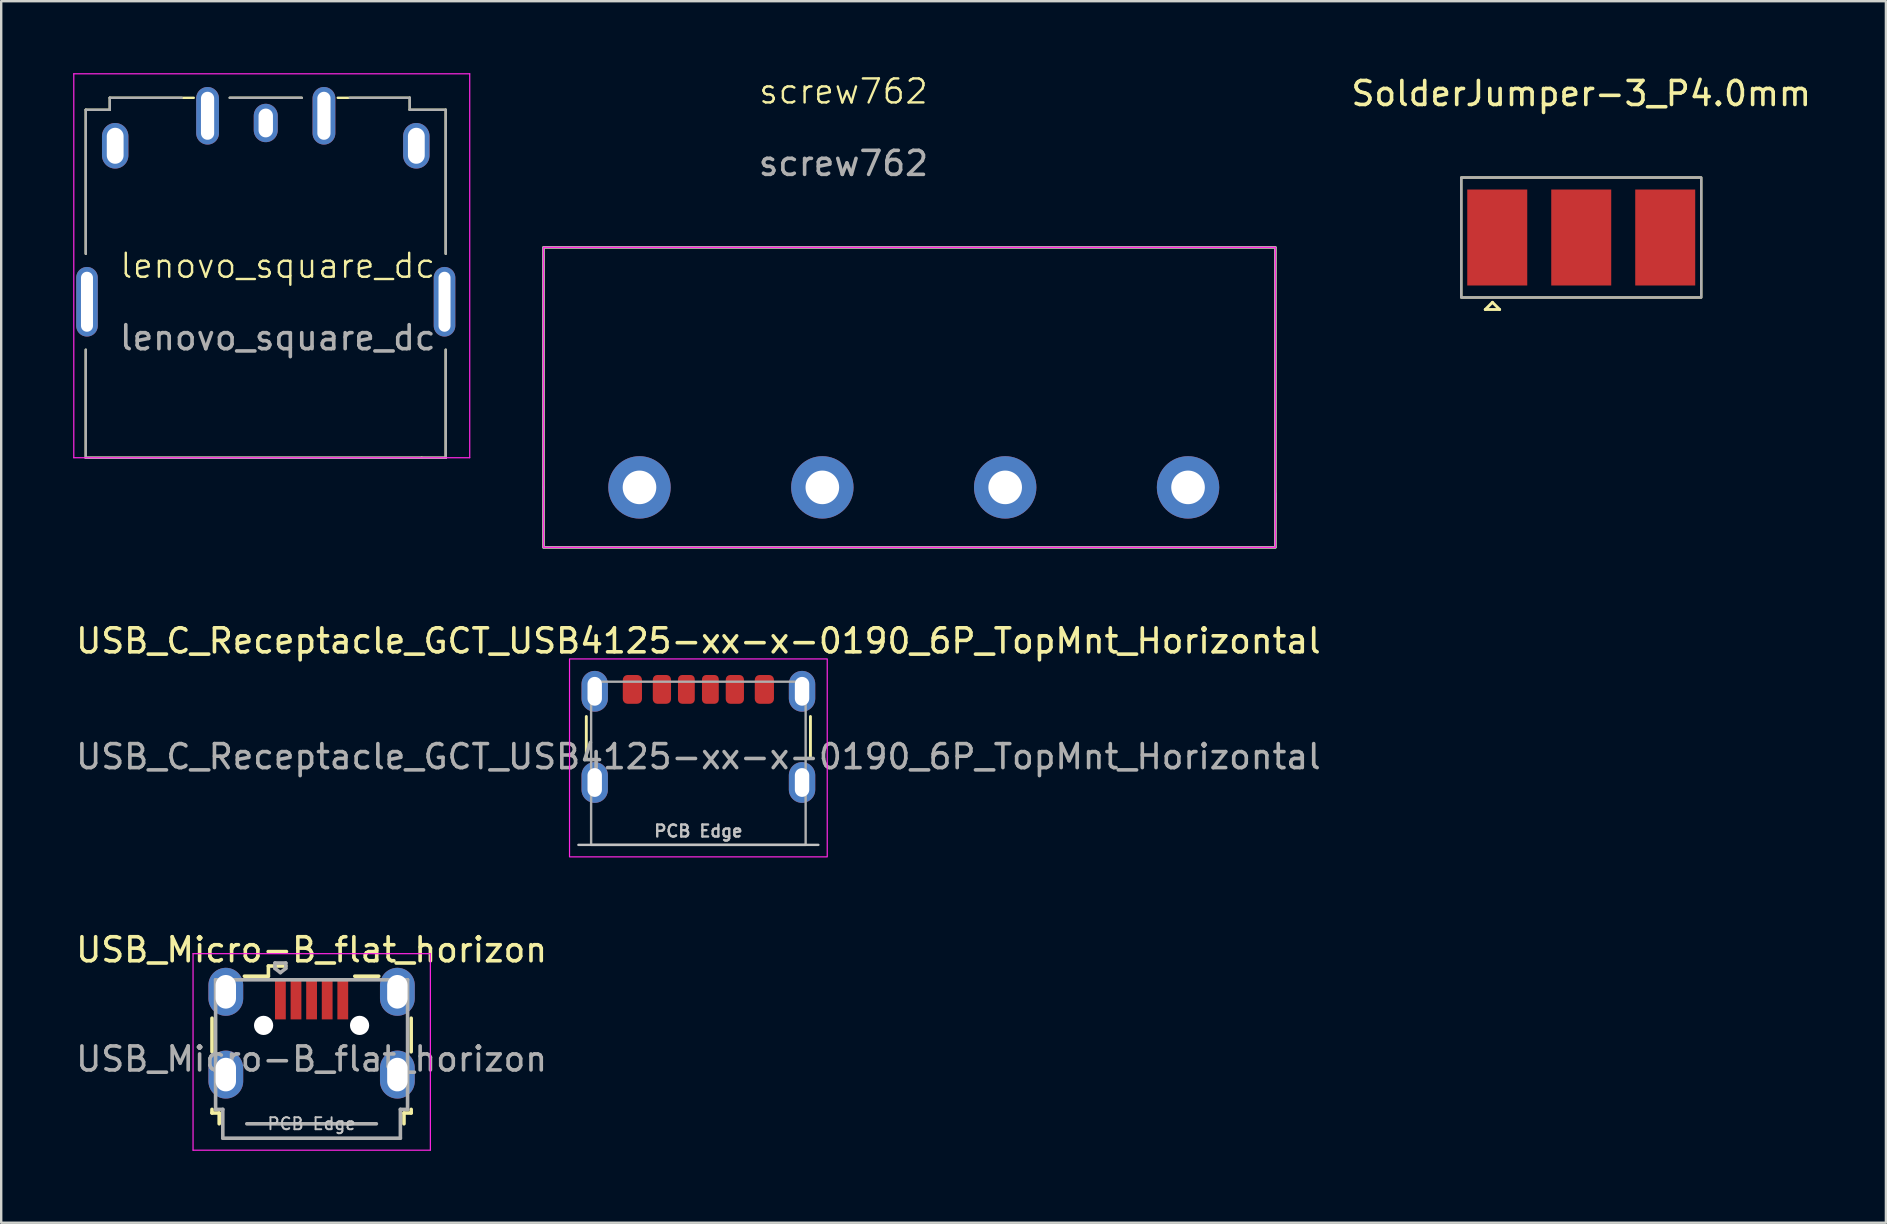
<source format=kicad_pcb>
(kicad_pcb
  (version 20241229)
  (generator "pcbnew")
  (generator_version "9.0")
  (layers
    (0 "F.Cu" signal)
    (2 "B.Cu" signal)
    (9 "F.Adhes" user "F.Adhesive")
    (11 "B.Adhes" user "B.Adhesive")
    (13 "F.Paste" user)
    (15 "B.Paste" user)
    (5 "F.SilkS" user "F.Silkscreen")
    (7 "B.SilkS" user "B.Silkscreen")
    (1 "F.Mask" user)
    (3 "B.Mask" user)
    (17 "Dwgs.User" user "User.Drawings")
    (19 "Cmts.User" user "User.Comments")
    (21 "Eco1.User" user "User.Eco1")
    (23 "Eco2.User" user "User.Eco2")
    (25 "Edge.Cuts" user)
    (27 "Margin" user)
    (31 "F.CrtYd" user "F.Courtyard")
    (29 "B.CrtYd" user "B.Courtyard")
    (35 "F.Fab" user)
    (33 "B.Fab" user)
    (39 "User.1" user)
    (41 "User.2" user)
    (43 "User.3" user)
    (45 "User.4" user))
  (footprint "USB_C_Receptacle_GCT_USB4125-xx-x-0190_6P_TopMnt_Horizontal"
    (layer "F.Cu")
    (at 26.054 28.759)
    (property "Reference" "USB_C_Receptacle_GCT_USB4125-xx-x-0190_6P_TopMnt_Horizontal" (at 0 -5.1 0) (unlocked yes) (layer "F.SilkS") (effects (font (size 1 1) (thickness 0.15))))
    (attr smd)
    (fp_line (start -4.67 -0.25) (end -4.67 -1.95) (stroke (width 0.12) (type solid)) (layer "F.SilkS"))
    (fp_line (start 4.67 -0.25) (end 4.67 -1.95) (stroke (width 0.12) (type solid)) (layer "F.SilkS"))
    (fp_line (start 5 3.4) (end -5 3.4) (stroke (width 0.1) (type solid)) (layer "Dwgs.User"))
    (fp_rect (start -5.37 -4.35) (end 5.37 3.9) (stroke (width 0.05) (type solid)) (fill no) (layer "F.CrtYd"))
    (fp_rect (start -4.47 -3.4) (end 4.47 3.4) (stroke (width 0.1) (type solid)) (fill no) (layer "F.Fab"))
    (fp_text user "PCB Edge" (at 0 2.825 0) (unlocked yes) (layer "Dwgs.User") (effects (font (size 0.5 0.5) (thickness 0.1))))
    (fp_text user "${REFERENCE}" (at 0 -0.275 0) (unlocked yes) (layer "F.Fab") (effects (font (size 1 1) (thickness 0.15))))
    (pad "A5" smd roundrect (at -0.5 -3.08) (size 0.7 1.2) (layers "F.Cu" "F.Mask" "F.Paste") (roundrect_rratio 0.25))
    (pad "A9" smd roundrect (at 1.52 -3.08 180) (size 0.76 1.2) (layers "F.Cu" "F.Mask" "F.Paste") (roundrect_rratio 0.25))
    (pad "A12" smd roundrect (at 2.75 -3.08 180) (size 0.8 1.2) (layers "F.Cu" "F.Mask" "F.Paste") (roundrect_rratio 0.25))
    (pad "B5" smd roundrect (at 0.5 -3.08 180) (size 0.7 1.2) (layers "F.Cu" "F.Mask" "F.Paste") (roundrect_rratio 0.25))
    (pad "B9" smd roundrect (at -1.52 -3.08) (size 0.76 1.2) (layers "F.Cu" "F.Mask" "F.Paste") (roundrect_rratio 0.25))
    (pad "B12" smd roundrect (at -2.75 -3.08) (size 0.8 1.2) (layers "F.Cu" "F.Mask" "F.Paste") (roundrect_rratio 0.25))
    (pad "S1" thru_hole oval (at -4.32 -3) (size 1.1 1.7) (drill oval 0.6 1.2) (layers "*.Cu" "*.Mask" "F.Paste"))
    (pad "S1" thru_hole oval (at -4.32 0.8) (size 1.1 1.7) (drill oval 0.6 1.2) (layers "*.Cu" "*.Mask" "F.Paste"))
    (pad "S1" thru_hole oval (at 4.32 -3) (size 1.1 1.7) (drill oval 0.6 1.2) (layers "*.Cu" "*.Mask" "F.Paste"))
    (pad "S1" thru_hole oval (at 4.32 0.8) (size 1.1 1.7) (drill oval 0.6 1.2) (layers "*.Cu" "*.Mask" "F.Paste")))
  (footprint "screw762"
    (layer "F.Cu")
    (at 23.6 17.261)
    (property "Reference" "screw762" (at 8.5 -16.5 0) (unlocked yes) (layer "F.SilkS") (effects (font (size 1 1) (thickness 0.1))))
    (attr through_hole)
    (fp_rect (start -4 -10) (end 26.5 2.5) (stroke (width 0.1) (type default)) (fill no) (layer "F.SilkS"))
    (fp_rect (start -4 -10) (end 26.5 2.5) (stroke (width 0.05) (type default)) (fill no) (layer "F.CrtYd"))
    (fp_line (start -4 -10) (end -4 0) (stroke (width 0.1) (type default)) (layer "F.Fab"))
    (fp_line (start -4 -10) (end 26.5 -10) (stroke (width 0.1) (type default)) (layer "F.Fab"))
    (fp_line (start -4 0) (end -4 2.5) (stroke (width 0.1) (type default)) (layer "F.Fab"))
    (fp_line (start -4 2.5) (end 26.5 2.5) (stroke (width 0.1) (type default)) (layer "F.Fab"))
    (fp_line (start 26.5 0.5) (end 26.5 -10) (stroke (width 0.1) (type default)) (layer "F.Fab"))
    (fp_line (start 26.5 2.5) (end 26.5 0.25) (stroke (width 0.1) (type default)) (layer "F.Fab"))
    (fp_text user "${REFERENCE}" (at 8.5 -13.5 0) (unlocked yes) (layer "F.Fab") (effects (font (size 1 1) (thickness 0.15))))
    (pad "1" thru_hole circle (at 0 0) (size 2.6 2.6) (drill 1.4) (layers "*.Cu" "*.Mask"))
    (pad "2" thru_hole circle (at 7.62 0) (size 2.6 2.6) (drill 1.4) (layers "*.Cu" "*.Mask"))
    (pad "3" thru_hole circle (at 15.24 0) (size 2.6 2.6) (drill 1.4) (layers "*.Cu" "*.Mask"))
    (pad "4" thru_hole circle (at 22.86 0) (size 2.6 2.6) (drill 1.4) (layers "*.Cu" "*.Mask")))
  (footprint "USB_Micro-B_flat_horizon"
    (layer "F.Cu")
    (at 9.935 38.282)
    (property "Reference" "USB_Micro-B_flat_horizon" (at 0 -1.75 0) (layer "F.SilkS") (effects (font (size 1 1) (thickness 0.15))))
    (attr smd)
    (fp_line (start -4.15 1.1) (end -4.15 2.5) (stroke (width 0.15) (type solid)) (layer "F.SilkS"))
    (fp_line (start -4.15 4.9) (end -4.15 5.05) (stroke (width 0.15) (type solid)) (layer "F.SilkS"))
    (fp_line (start -4.15 5.05) (end -3.85 5.05) (stroke (width 0.15) (type solid)) (layer "F.SilkS"))
    (fp_line (start -3.85 5.05) (end -3.85 5.5) (stroke (width 0.15) (type solid)) (layer "F.SilkS"))
    (fp_line (start -1.8 -1.075) (end -1.8 -0.65) (stroke (width 0.15) (type solid)) (layer "F.SilkS"))
    (fp_line (start -1.8 -0.65) (end -2.8 -0.65) (stroke (width 0.15) (type solid)) (layer "F.SilkS"))
    (fp_line (start -1.075 -1.075) (end -1.8 -1.075) (stroke (width 0.15) (type solid)) (layer "F.SilkS"))
    (fp_line (start 1.8 -0.65) (end 2.8 -0.65) (stroke (width 0.15) (type solid)) (layer "F.SilkS"))
    (fp_line (start 3.85 5.05) (end 4.15 5.05) (stroke (width 0.15) (type solid)) (layer "F.SilkS"))
    (fp_line (start 3.85 5.5) (end 3.85 5.05) (stroke (width 0.15) (type solid)) (layer "F.SilkS"))
    (fp_line (start 4.15 2.5) (end 4.15 1.1) (stroke (width 0.15) (type solid)) (layer "F.SilkS"))
    (fp_line (start 4.15 5.05) (end 4.15 4.9) (stroke (width 0.15) (type solid)) (layer "F.SilkS"))
    (fp_line (start -4.94 -1.59) (end -4.94 6.6) (stroke (width 0.05) (type solid)) (layer "F.CrtYd"))
    (fp_line (start -4.94 6.6) (end 4.95 6.6) (stroke (width 0.05) (type solid)) (layer "F.CrtYd"))
    (fp_line (start 4.95 -1.59) (end -4.94 -1.59) (stroke (width 0.05) (type solid)) (layer "F.CrtYd"))
    (fp_line (start 4.95 6.6) (end 4.95 -1.59) (stroke (width 0.05) (type solid)) (layer "F.CrtYd"))
    (fp_line (start -4 -0.5) (end -4 4.9) (stroke (width 0.15) (type solid)) (layer "F.Fab"))
    (fp_line (start -4 4.9) (end -3.7 4.9) (stroke (width 0.15) (type solid)) (layer "F.Fab"))
    (fp_line (start -3.7 4.9) (end -3.7 6.1) (stroke (width 0.15) (type solid)) (layer "F.Fab"))
    (fp_line (start -3.7 6.1) (end 3.7 6.1) (stroke (width 0.15) (type solid)) (layer "F.Fab"))
    (fp_line (start -2.7 5.5) (end 2.7 5.5) (stroke (width 0.15) (type solid)) (layer "F.Fab"))
    (fp_line (start -1.525 -1.2) (end -1.075 -1.2) (stroke (width 0.15) (type solid)) (layer "F.Fab"))
    (fp_line (start -1.525 -0.975) (end -1.525 -1.2) (stroke (width 0.15) (type solid)) (layer "F.Fab"))
    (fp_line (start -1.3 -0.8) (end -1.525 -0.975) (stroke (width 0.15) (type solid)) (layer "F.Fab"))
    (fp_line (start -1.075 -1.2) (end -1.075 -0.975) (stroke (width 0.15) (type solid)) (layer "F.Fab"))
    (fp_line (start -1.075 -0.975) (end -1.3 -0.8) (stroke (width 0.15) (type solid)) (layer "F.Fab"))
    (fp_line (start 3.7 4.9) (end 4 4.9) (stroke (width 0.15) (type solid)) (layer "F.Fab"))
    (fp_line (start 3.7 6.1) (end 3.7 4.9) (stroke (width 0.15) (type solid)) (layer "F.Fab"))
    (fp_line (start 4 -0.5) (end -4 -0.5) (stroke (width 0.15) (type solid)) (layer "F.Fab"))
    (fp_line (start 4 4.9) (end 4 -0.5) (stroke (width 0.15) (type solid)) (layer "F.Fab"))
    (fp_text user "PCB Edge" (at 0 5.5 0) (layer "Dwgs.User") (effects (font (size 0.5 0.5) (thickness 0.08))))
    (fp_text user "${REFERENCE}" (at 0 2.8 0) (layer "F.Fab") (effects (font (size 1 1) (thickness 0.15))))
    (pad "" np_thru_hole oval (at -2 1.4) (size 0.8 0.8) (drill 0.8) (layers "*.Cu" "*.Mask"))
    (pad "" np_thru_hole oval (at 2 1.4) (size 0.8 0.8) (drill 0.8) (layers "*.Cu" "*.Mask"))
    (pad "1" smd rect (at -1.3 0.325) (size 0.45 1.65) (layers "F.Cu" "F.Mask" "F.Paste"))
    (pad "2" smd rect (at -0.65 0.325) (size 0.45 1.65) (layers "F.Cu" "F.Mask" "F.Paste"))
    (pad "3" smd rect (at 0 0.325) (size 0.45 1.65) (layers "F.Cu" "F.Mask" "F.Paste"))
    (pad "4" smd rect (at 0.65 0.325) (size 0.45 1.65) (layers "F.Cu" "F.Mask" "F.Paste"))
    (pad "5" smd rect (at 1.3 0.325) (size 0.45 1.65) (layers "F.Cu" "F.Mask" "F.Paste"))
    (pad "6" thru_hole oval (at -3.575 0) (size 1.45 2) (drill oval 0.85 1.4) (layers "*.Cu" "*.Mask"))
    (pad "6" thru_hole oval (at -3.575 3.45) (size 1.45 2) (drill oval 0.85 1.4) (layers "*.Cu" "*.Mask"))
    (pad "6" thru_hole oval (at 3.575 0) (size 1.45 2) (drill oval 0.85 1.4) (layers "*.Cu" "*.Mask"))
    (pad "6" thru_hole oval (at 3.575 3.45) (size 1.45 2) (drill oval 0.85 1.4) (layers "*.Cu" "*.Mask")))
  (footprint "SolderJumper-3_P4.0mm"
    (layer "F.Cu")
    (at 62.846 6.848)
    (property "Reference" "SolderJumper-3_P4.0mm" (at 0 -6 0) (layer "F.SilkS") (effects (font (size 1 1) (thickness 0.15))))
    (attr exclude_from_pos_files exclude_from_bom)
    (fp_line (start -4 3) (end -3.4 3) (stroke (width 0.12) (type solid)) (layer "F.SilkS"))
    (fp_line (start -3.7 2.7) (end -4 3) (stroke (width 0.12) (type solid)) (layer "F.SilkS"))
    (fp_line (start -3.4 3) (end -3.7 2.7) (stroke (width 0.12) (type solid)) (layer "F.SilkS"))
    (fp_rect (start -5 -2.5) (end 5 2.5) (stroke (width 0.1) (type default)) (fill no) (layer "F.SilkS"))
    (fp_rect (start -5 -2.5) (end 5 2.5) (stroke (width 0.1) (type default)) (fill no) (layer "F.Fab"))
    (pad "1" smd rect (at -3.5 0) (size 2.5 4) (layers "F.Cu" "F.Mask"))
    (pad "2" smd rect (at 0 0) (size 2.5 4) (layers "F.Cu"))
    (pad "3" smd rect (at 3.5 0 180) (size 2.5 4) (layers "F.Cu" "F.Mask")))
  (footprint "lenovo_square_dc"
    (layer "F.Cu")
    (at 8.025 3.025)
    (property "Reference" "lenovo_square_dc" (at 0.5 5 0) (unlocked yes) (layer "F.SilkS") (effects (font (size 1 1) (thickness 0.1))))
    (attr through_hole)
    (fp_line (start -7.5 -1.5) (end -7.5 4.5) (stroke (width 0.1) (type default)) (layer "F.SilkS"))
    (fp_line (start -7.5 13) (end -7.5 8.5) (stroke (width 0.1) (type default)) (layer "F.SilkS"))
    (fp_line (start -6.5 -2) (end -6.5 -1.5) (stroke (width 0.1) (type default)) (layer "F.SilkS"))
    (fp_line (start -6.5 -1.5) (end -7.5 -1.5) (stroke (width 0.1) (type default)) (layer "F.SilkS"))
    (fp_line (start -3 -2) (end -6.5 -2) (stroke (width 0.1) (type default)) (layer "F.SilkS"))
    (fp_line (start -1.5 -2) (end 1.5 -2) (stroke (width 0.1) (type default)) (layer "F.SilkS"))
    (fp_line (start 3 -2) (end 6 -2) (stroke (width 0.1) (type default)) (layer "F.SilkS"))
    (fp_line (start 6 -2) (end 6 -1.5) (stroke (width 0.1) (type default)) (layer "F.SilkS"))
    (fp_line (start 6 -1.5) (end 7.5 -1.5) (stroke (width 0.1) (type default)) (layer "F.SilkS"))
    (fp_line (start 6.5 13) (end -7.5 13) (stroke (width 0.1) (type default)) (layer "F.SilkS"))
    (fp_line (start 6.5 13) (end 7.5 13) (stroke (width 0.1) (type default)) (layer "F.SilkS"))
    (fp_line (start 7.5 -1.5) (end 7.5 4.5) (stroke (width 0.1) (type default)) (layer "F.SilkS"))
    (fp_line (start 7.5 13) (end 7.5 8.5) (stroke (width 0.1) (type default)) (layer "F.SilkS"))
    (fp_line (start -8 -3) (end 8.5 -3) (stroke (width 0.05) (type default)) (layer "F.CrtYd"))
    (fp_line (start -8 13) (end -8 -3) (stroke (width 0.05) (type default)) (layer "F.CrtYd"))
    (fp_line (start 8.5 -3) (end 8.5 13) (stroke (width 0.05) (type default)) (layer "F.CrtYd"))
    (fp_line (start 8.5 13) (end -8 13) (stroke (width 0.05) (type default)) (layer "F.CrtYd"))
    (fp_line (start -7.5 -1.5) (end -6.5 -1.5) (stroke (width 0.1) (type default)) (layer "F.Fab"))
    (fp_line (start -7.5 4.5) (end -7.5 -1.5) (stroke (width 0.1) (type default)) (layer "F.Fab"))
    (fp_line (start -7.5 13) (end -7.5 8.5) (stroke (width 0.1) (type default)) (layer "F.Fab"))
    (fp_line (start -6.5 -2) (end -3.5 -2) (stroke (width 0.1) (type default)) (layer "F.Fab"))
    (fp_line (start -6.5 -1.5) (end -6.5 -2) (stroke (width 0.1) (type default)) (layer "F.Fab"))
    (fp_line (start -1.5 -2) (end 1.5 -2) (stroke (width 0.1) (type default)) (layer "F.Fab"))
    (fp_line (start 3.5 -2) (end 6 -2) (stroke (width 0.1) (type default)) (layer "F.Fab"))
    (fp_line (start 6 -2) (end 6 -1.5) (stroke (width 0.1) (type default)) (layer "F.Fab"))
    (fp_line (start 6 -1.5) (end 7.5 -1.5) (stroke (width 0.1) (type default)) (layer "F.Fab"))
    (fp_line (start 7.5 -1.5) (end 7.5 4.5) (stroke (width 0.1) (type default)) (layer "F.Fab"))
    (fp_line (start 7.5 8.5) (end 7.5 13) (stroke (width 0.1) (type default)) (layer "F.Fab"))
    (fp_line (start 7.5 13) (end -7.5 13) (stroke (width 0.1) (type default)) (layer "F.Fab"))
    (fp_text user "${REFERENCE}" (at 0.5 8 0) (unlocked yes) (layer "F.Fab") (effects (font (size 1 1) (thickness 0.15))))
    (pad "1" thru_hole oval (at -7.45 6.5) (size 0.9 2.9) (drill oval 0.5 2.5) (layers "*.Cu" "*.Mask"))
    (pad "1" thru_hole oval (at 7.45 6.5) (size 0.9 2.9) (drill oval 0.5 2.5) (layers "*.Cu" "*.Mask"))
    (pad "2" thru_hole oval (at -6.275 0) (size 1.1 1.9) (drill oval 0.7 1.5) (layers "*.Cu" "*.Mask"))
    (pad "2" thru_hole oval (at 6.275 0) (size 1.1 1.9) (drill oval 0.7 1.5) (layers "*.Cu" "*.Mask"))
    (pad "3" thru_hole oval (at -2.425 -1.25) (size 0.95 2.4) (drill oval 0.55 2) (layers "*.Cu" "*.Mask"))
    (pad "3" thru_hole oval (at 2.425 -1.25) (size 0.95 2.4) (drill oval 0.55 2) (layers "*.Cu" "*.Mask"))
    (pad "4" thru_hole oval (at 0 -0.95) (size 1 1.6) (drill oval 0.6 1.2) (layers "*.Cu" "*.Mask")))
  (gr_rect
    (start -3 -3)
    (end 75.543 47.907)
    (stroke (width 0.1) (type default))
    (fill no)
    (layer "Edge.Cuts")))
</source>
